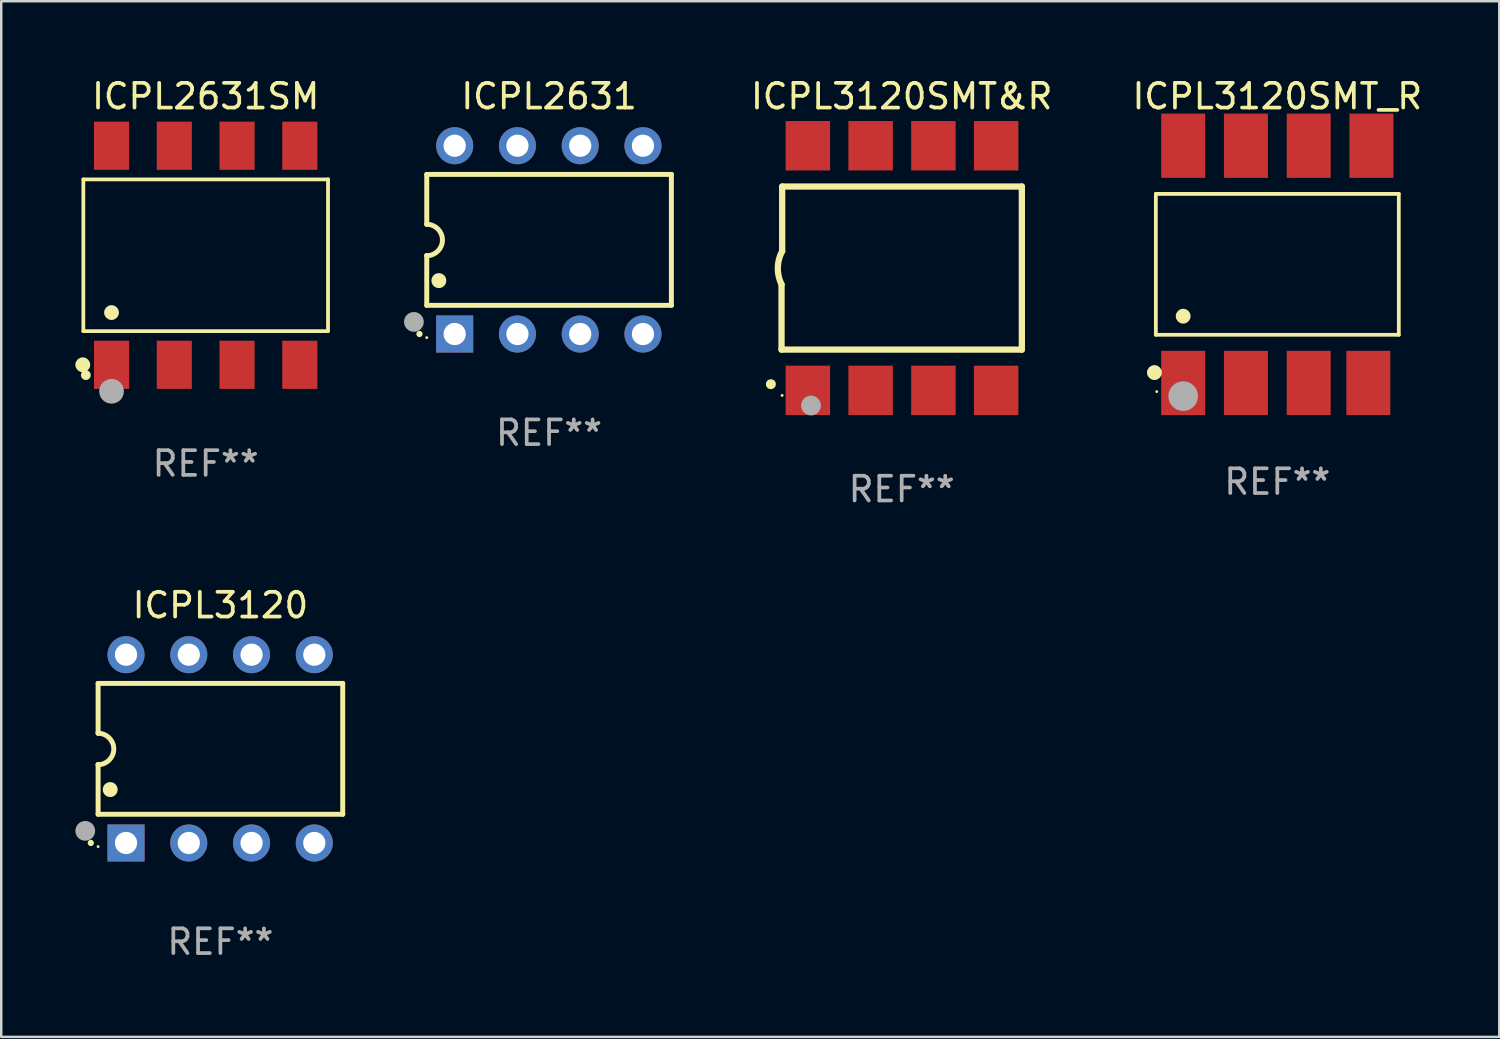
<source format=kicad_pcb>
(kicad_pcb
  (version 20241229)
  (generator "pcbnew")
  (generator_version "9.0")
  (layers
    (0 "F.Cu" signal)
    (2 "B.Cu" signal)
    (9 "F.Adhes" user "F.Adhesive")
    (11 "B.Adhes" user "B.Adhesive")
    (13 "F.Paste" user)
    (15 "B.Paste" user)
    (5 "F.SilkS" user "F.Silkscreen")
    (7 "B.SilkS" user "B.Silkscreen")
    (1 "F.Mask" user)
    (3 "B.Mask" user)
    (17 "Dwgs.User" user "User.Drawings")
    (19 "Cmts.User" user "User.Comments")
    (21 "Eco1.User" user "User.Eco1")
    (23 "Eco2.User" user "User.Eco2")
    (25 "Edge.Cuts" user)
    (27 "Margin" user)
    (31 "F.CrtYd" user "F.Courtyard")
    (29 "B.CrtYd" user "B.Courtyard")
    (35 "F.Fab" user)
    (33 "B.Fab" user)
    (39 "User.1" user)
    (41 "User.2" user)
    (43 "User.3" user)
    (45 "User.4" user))
  (footprint "ICPL3120SMT&R"
    (layer "F.Cu")
    (at 33.442 7.799)
    (property "Reference" "ICPL3120SMT&R" (at 0 -6.95 0) (layer "F.SilkS") (effects (font (size 1 1) (thickness 0.15))))
    (attr through_hole)
    (fp_line (start -4.863 3.3) (end -4.863 0.66) (stroke (width 0.254) (type solid)) (layer "F.SilkS"))
    (fp_line (start -4.837 -3.3) (end -4.837 -0.686) (stroke (width 0.254) (type solid)) (layer "F.SilkS"))
    (fp_line (start -4.837 -3.3) (end 4.863 -3.3) (stroke (width 0.254) (type solid)) (layer "F.SilkS"))
    (fp_line (start 4.863 -3.3) (end 4.863 3.3) (stroke (width 0.254) (type solid)) (layer "F.SilkS"))
    (fp_line (start 4.863 3.3) (end -4.863 3.3) (stroke (width 0.254) (type solid)) (layer "F.SilkS"))
    (fp_arc (start -5.295212 4.699009) (mid -5.293942 4.699005) (end -5.292672 4.699009) (stroke (width 0.4) (type solid)) (layer "F.SilkS"))
    (fp_arc (start -4.863411 0.660401) (mid -5.013163 -0.015948) (end -4.836614 -0.685801) (stroke (width 0.254001) (type solid)) (layer "F.SilkS"))
    (fp_circle (center -4.839 5.154) (end -4.809 5.154) (stroke (width 0.06) (type solid)) (fill no) (layer "F.SilkS"))
    (fp_circle (center -3.67 5.563) (end -3.47 5.563) (stroke (width 0.4) (type solid)) (fill no) (layer "F.Fab"))
    (fp_text user "REF**" (at 0 8.95 0) (layer "F.Fab") (effects (font (size 1 1) (thickness 0.15))))
    (pad "1" smd rect (at -3.797 4.95) (size 1.8 2) (layers "F.Cu" "F.Mask" "F.Paste"))
    (pad "2" smd rect (at -1.257 4.95) (size 1.8 2) (layers "F.Cu" "F.Mask" "F.Paste"))
    (pad "3" smd rect (at 1.283 4.95) (size 1.8 2) (layers "F.Cu" "F.Mask" "F.Paste"))
    (pad "4" smd rect (at 3.823 4.95) (size 1.8 2) (layers "F.Cu" "F.Mask" "F.Paste"))
    (pad "5" smd rect (at 3.823 -4.95 180) (size 1.8 2) (layers "F.Cu" "F.Mask" "F.Paste"))
    (pad "6" smd rect (at 1.283 -4.95 180) (size 1.8 2) (layers "F.Cu" "F.Mask" "F.Paste"))
    (pad "7" smd rect (at -1.257 -4.95 180) (size 1.8 2) (layers "F.Cu" "F.Mask" "F.Paste"))
    (pad "8" smd rect (at -3.797 -4.95 180) (size 1.8 2) (layers "F.Cu" "F.Mask" "F.Paste")))
  (footprint "ICPL3120SMT_R"
    (layer "F.Cu")
    (at 48.644 7.648)
    (property "Reference" "ICPL3120SMT_R" (at 0 -6.8 0) (layer "F.SilkS") (effects (font (size 1 1) (thickness 0.15))))
    (attr through_hole)
    (fp_line (start -4.916 -2.851) (end 4.916 -2.851) (stroke (width 0.152) (type solid)) (layer "F.SilkS"))
    (fp_line (start -4.916 2.851) (end -4.916 -2.851) (stroke (width 0.152) (type solid)) (layer "F.SilkS"))
    (fp_line (start 4.916 -2.851) (end 4.916 2.851) (stroke (width 0.152) (type solid)) (layer "F.SilkS"))
    (fp_line (start 4.916 2.851) (end -4.916 2.851) (stroke (width 0.152) (type solid)) (layer "F.SilkS"))
    (fp_circle (center -4.974 4.38) (end -4.823 4.38) (stroke (width 0.3) (type solid)) (fill no) (layer "F.SilkS"))
    (fp_circle (center -4.88 5.15) (end -4.85 5.15) (stroke (width 0.06) (type solid)) (fill no) (layer "F.SilkS"))
    (fp_circle (center -3.81 2.099) (end -3.66 2.099) (stroke (width 0.3) (type solid)) (fill no) (layer "F.SilkS"))
    (fp_circle (center -3.81 5.334) (end -3.51 5.334) (stroke (width 0.6) (type solid)) (fill no) (layer "F.Fab"))
    (fp_text user "REF**" (at 0 8.8 0) (layer "F.Fab") (effects (font (size 1 1) (thickness 0.15))))
    (pad "1" smd rect (at -3.81 4.8) (size 1.78 2.6) (layers "F.Cu" "F.Mask" "F.Paste"))
    (pad "2" smd rect (at -1.27 4.8) (size 1.78 2.6) (layers "F.Cu" "F.Mask" "F.Paste"))
    (pad "3" smd rect (at 1.27 4.8) (size 1.78 2.6) (layers "F.Cu" "F.Mask" "F.Paste"))
    (pad "4" smd rect (at 3.683 4.8) (size 1.78 2.6) (layers "F.Cu" "F.Mask" "F.Paste"))
    (pad "5" smd rect (at 3.81 -4.8) (size 1.78 2.6) (layers "F.Cu" "F.Mask" "F.Paste"))
    (pad "6" smd rect (at 1.27 -4.8) (size 1.78 2.6) (layers "F.Cu" "F.Mask" "F.Paste"))
    (pad "7" smd rect (at -1.27 -4.8) (size 1.78 2.6) (layers "F.Cu" "F.Mask" "F.Paste"))
    (pad "8" smd rect (at -3.81 -4.8) (size 1.78 2.6) (layers "F.Cu" "F.Mask" "F.Paste")))
  (footprint "ICPL3120"
    (layer "F.Cu")
    (at 5.87 27.256)
    (property "Reference" "ICPL3120" (at 0 -5.81 0) (layer "F.SilkS") (effects (font (size 1 1) (thickness 0.15))))
    (attr through_hole)
    (fp_line (start -4.95 -2.649) (end 4.95 -2.649) (stroke (width 0.2) (type solid)) (layer "F.SilkS"))
    (fp_line (start -4.95 -0.635) (end -4.95 -2.649) (stroke (width 0.2) (type solid)) (layer "F.SilkS"))
    (fp_line (start -4.95 0.635) (end -4.95 0.64) (stroke (width 0.2) (type solid)) (layer "F.SilkS"))
    (fp_line (start -4.95 2.649) (end -4.95 0.635) (stroke (width 0.2) (type solid)) (layer "F.SilkS"))
    (fp_line (start -4.95 -0.64) (end -4.95 -0.635) (stroke (width 0.2) (type solid)) (layer "F.SilkS"))
    (fp_line (start 4.95 -2.649) (end 4.95 2.649) (stroke (width 0.2) (type solid)) (layer "F.SilkS"))
    (fp_line (start 4.95 2.649) (end -4.95 2.649) (stroke (width 0.2) (type solid)) (layer "F.SilkS"))
    (fp_arc (start -5.24511 3.810008) (mid -5.245117 3.808738) (end -5.24511 3.807468) (stroke (width 0.25) (type solid)) (layer "F.SilkS"))
    (fp_arc (start -4.950165 -0.629997) (mid -4.315164 0.005004) (end -4.950165 0.640005) (stroke (width 0.2) (type solid)) (layer "F.SilkS"))
    (fp_arc (start -4.460249 1.651003) (mid -4.46026 1.648463) (end -4.460249 1.645923) (stroke (width 0.6) (type solid)) (layer "F.SilkS"))
    (fp_circle (center -4.95 3.956) (end -4.92 3.956) (stroke (width 0.06) (type solid)) (fill no) (layer "F.SilkS"))
    (fp_circle (center -5.47 3.32) (end -5.27 3.32) (stroke (width 0.4) (type solid)) (fill no) (layer "F.Fab"))
    (fp_text user "REF**" (at 0 7.81 0) (layer "F.Fab") (effects (font (size 1 1) (thickness 0.15))))
    (pad "1" thru_hole rect (at -3.82 3.81) (size 1.5 1.5) (drill 0.9) (layers "*.Cu" "*.Mask"))
    (pad "2" thru_hole circle (at -1.28 3.81) (size 1.5 1.5) (drill 0.9) (layers "*.Cu" "*.Mask"))
    (pad "3" thru_hole circle (at 1.26 3.81) (size 1.5 1.5) (drill 0.9) (layers "*.Cu" "*.Mask"))
    (pad "4" thru_hole circle (at 3.8 3.81) (size 1.5 1.5) (drill 0.9) (layers "*.Cu" "*.Mask"))
    (pad "5" thru_hole circle (at 3.8 -3.81) (size 1.5 1.5) (drill 0.9) (layers "*.Cu" "*.Mask"))
    (pad "6" thru_hole circle (at 1.26 -3.81) (size 1.5 1.5) (drill 0.9) (layers "*.Cu" "*.Mask"))
    (pad "7" thru_hole circle (at -1.28 -3.81) (size 1.5 1.5) (drill 0.9) (layers "*.Cu" "*.Mask"))
    (pad "8" thru_hole circle (at -3.82 -3.81) (size 1.5 1.5) (drill 0.9) (layers "*.Cu" "*.Mask")))
  (footprint "ICPL2631SM"
    (layer "F.Cu")
    (at 5.274 7.281)
    (property "Reference" "ICPL2631SM" (at 0 -6.433 0) (layer "F.SilkS") (effects (font (size 1 1) (thickness 0.15))))
    (attr through_hole)
    (fp_line (start -4.951 -3.071) (end 4.951 -3.071) (stroke (width 0.152) (type solid)) (layer "F.SilkS"))
    (fp_line (start -4.951 3.071) (end -4.951 -3.071) (stroke (width 0.152) (type solid)) (layer "F.SilkS"))
    (fp_line (start 4.951 -3.071) (end 4.951 3.071) (stroke (width 0.152) (type solid)) (layer "F.SilkS"))
    (fp_line (start 4.951 3.071) (end -4.951 3.071) (stroke (width 0.152) (type solid)) (layer "F.SilkS"))
    (fp_circle (center -4.974 4.433) (end -4.823 4.433) (stroke (width 0.3) (type solid)) (fill no) (layer "F.SilkS"))
    (fp_circle (center -4.85 4.85) (end -4.75 4.85) (stroke (width 0.2) (type solid)) (fill no) (layer "F.SilkS"))
    (fp_circle (center -3.81 2.319) (end -3.66 2.319) (stroke (width 0.3) (type solid)) (fill no) (layer "F.SilkS"))
    (fp_circle (center -3.81 5.505) (end -3.56 5.505) (stroke (width 0.5) (type solid)) (fill no) (layer "F.Fab"))
    (fp_text user "REF**" (at 0 8.433 0) (layer "F.Fab") (effects (font (size 1 1) (thickness 0.15))))
    (pad "1" smd rect (at -3.81 4.433) (size 1.422 1.95) (layers "F.Cu" "F.Mask" "F.Paste"))
    (pad "2" smd rect (at -1.27 4.433) (size 1.422 1.95) (layers "F.Cu" "F.Mask" "F.Paste"))
    (pad "3" smd rect (at 1.27 4.433) (size 1.422 1.95) (layers "F.Cu" "F.Mask" "F.Paste"))
    (pad "4" smd rect (at 3.81 4.433) (size 1.422 1.95) (layers "F.Cu" "F.Mask" "F.Paste"))
    (pad "5" smd rect (at 3.81 -4.433) (size 1.422 1.95) (layers "F.Cu" "F.Mask" "F.Paste"))
    (pad "6" smd rect (at 1.27 -4.433) (size 1.422 1.95) (layers "F.Cu" "F.Mask" "F.Paste"))
    (pad "7" smd rect (at -1.27 -4.433) (size 1.422 1.95) (layers "F.Cu" "F.Mask" "F.Paste"))
    (pad "8" smd rect (at -3.81 -4.433) (size 1.422 1.95) (layers "F.Cu" "F.Mask" "F.Paste")))
  (footprint "ICPL2631"
    (layer "F.Cu")
    (at 19.171 6.658)
    (property "Reference" "ICPL2631" (at 0 -5.81 0) (layer "F.SilkS") (effects (font (size 1 1) (thickness 0.15))))
    (attr through_hole)
    (fp_line (start -4.95 -2.649) (end 4.95 -2.649) (stroke (width 0.2) (type solid)) (layer "F.SilkS"))
    (fp_line (start -4.95 -0.635) (end -4.95 -2.649) (stroke (width 0.2) (type solid)) (layer "F.SilkS"))
    (fp_line (start -4.95 0.635) (end -4.95 0.64) (stroke (width 0.2) (type solid)) (layer "F.SilkS"))
    (fp_line (start -4.95 2.649) (end -4.95 0.635) (stroke (width 0.2) (type solid)) (layer "F.SilkS"))
    (fp_line (start -4.95 -0.64) (end -4.95 -0.635) (stroke (width 0.2) (type solid)) (layer "F.SilkS"))
    (fp_line (start 4.95 -2.649) (end 4.95 2.649) (stroke (width 0.2) (type solid)) (layer "F.SilkS"))
    (fp_line (start 4.95 2.649) (end -4.95 2.649) (stroke (width 0.2) (type solid)) (layer "F.SilkS"))
    (fp_arc (start -5.24511 3.810008) (mid -5.245117 3.808738) (end -5.24511 3.807468) (stroke (width 0.25) (type solid)) (layer "F.SilkS"))
    (fp_arc (start -4.950165 -0.629997) (mid -4.315164 0.005004) (end -4.950165 0.640005) (stroke (width 0.2) (type solid)) (layer "F.SilkS"))
    (fp_arc (start -4.460249 1.651003) (mid -4.46026 1.648463) (end -4.460249 1.645923) (stroke (width 0.6) (type solid)) (layer "F.SilkS"))
    (fp_circle (center -4.95 3.956) (end -4.92 3.956) (stroke (width 0.06) (type solid)) (fill no) (layer "F.SilkS"))
    (fp_circle (center -5.47 3.32) (end -5.27 3.32) (stroke (width 0.4) (type solid)) (fill no) (layer "F.Fab"))
    (fp_text user "REF**" (at 0 7.81 0) (layer "F.Fab") (effects (font (size 1 1) (thickness 0.15))))
    (pad "1" thru_hole rect (at -3.82 3.81) (size 1.5 1.5) (drill 0.9) (layers "*.Cu" "*.Mask"))
    (pad "2" thru_hole circle (at -1.28 3.81) (size 1.5 1.5) (drill 0.9) (layers "*.Cu" "*.Mask"))
    (pad "3" thru_hole circle (at 1.26 3.81) (size 1.5 1.5) (drill 0.9) (layers "*.Cu" "*.Mask"))
    (pad "4" thru_hole circle (at 3.8 3.81) (size 1.5 1.5) (drill 0.9) (layers "*.Cu" "*.Mask"))
    (pad "5" thru_hole circle (at 3.8 -3.81) (size 1.5 1.5) (drill 0.9) (layers "*.Cu" "*.Mask"))
    (pad "6" thru_hole circle (at 1.26 -3.81) (size 1.5 1.5) (drill 0.9) (layers "*.Cu" "*.Mask"))
    (pad "7" thru_hole circle (at -1.28 -3.81) (size 1.5 1.5) (drill 0.9) (layers "*.Cu" "*.Mask"))
    (pad "8" thru_hole circle (at -3.82 -3.81) (size 1.5 1.5) (drill 0.9) (layers "*.Cu" "*.Mask")))
  (gr_rect
    (start -3 -3)
    (end 57.626 38.914)
    (stroke (width 0.1) (type default))
    (fill no)
    (layer "Edge.Cuts")))
</source>
